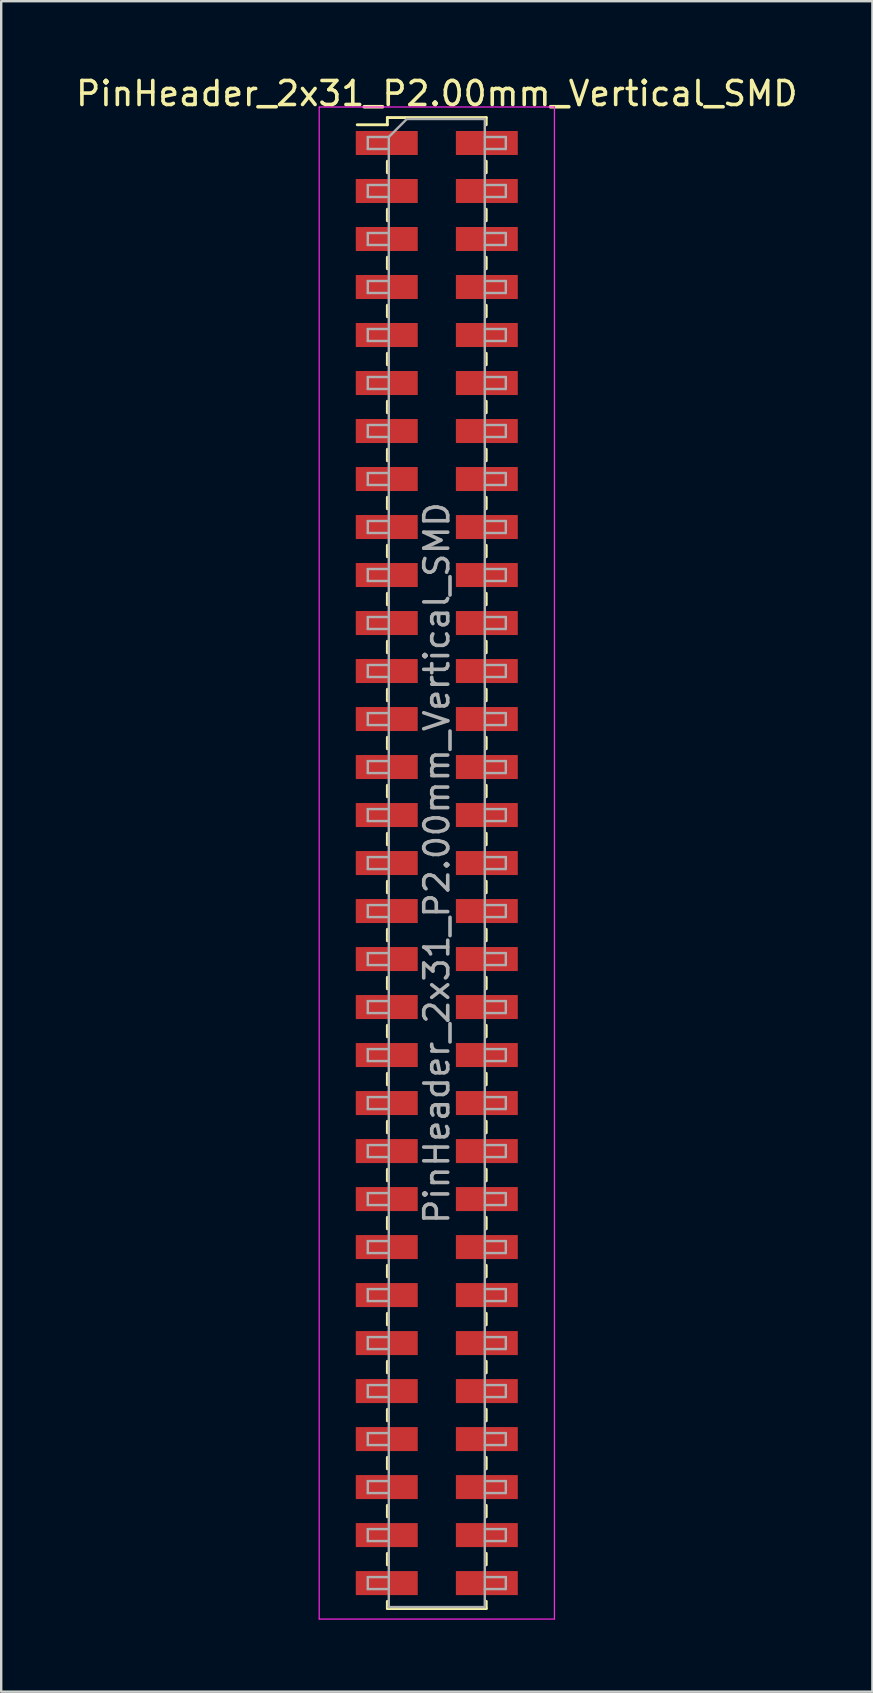
<source format=kicad_pcb>
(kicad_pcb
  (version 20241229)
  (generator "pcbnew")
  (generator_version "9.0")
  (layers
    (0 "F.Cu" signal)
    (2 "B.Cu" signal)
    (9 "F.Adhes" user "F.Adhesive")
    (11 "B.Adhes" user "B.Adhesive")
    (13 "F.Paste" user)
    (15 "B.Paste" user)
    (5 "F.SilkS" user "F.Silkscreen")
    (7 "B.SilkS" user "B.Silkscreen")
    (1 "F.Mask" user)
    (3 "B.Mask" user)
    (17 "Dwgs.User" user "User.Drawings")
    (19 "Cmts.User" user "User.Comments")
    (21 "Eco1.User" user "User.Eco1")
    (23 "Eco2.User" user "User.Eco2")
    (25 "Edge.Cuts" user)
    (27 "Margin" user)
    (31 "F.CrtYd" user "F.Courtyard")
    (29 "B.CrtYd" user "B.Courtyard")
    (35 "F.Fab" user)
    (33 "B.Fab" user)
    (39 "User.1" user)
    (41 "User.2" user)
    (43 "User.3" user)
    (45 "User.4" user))
  (footprint "PinHeader_2x31_P2.00mm_Vertical_SMD"
    (layer "F.Cu")
    (at 15.149 32.908)
    (property "Reference" "PinHeader_2x31_P2.00mm_Vertical_SMD" (at 0 -32.06 0) (layer "F.SilkS") (effects (font (size 1 1) (thickness 0.15))))
    (attr smd)
    (fp_line (start -3.315 -30.76) (end -2.06 -30.76) (stroke (width 0.12) (type solid)) (layer "F.SilkS"))
    (fp_line (start -2.06 -31.06) (end -2.06 -30.76) (stroke (width 0.12) (type solid)) (layer "F.SilkS"))
    (fp_line (start -2.06 -31.06) (end 2.06 -31.06) (stroke (width 0.12) (type solid)) (layer "F.SilkS"))
    (fp_line (start -2.06 -29.24) (end -2.06 -28.76) (stroke (width 0.12) (type solid)) (layer "F.SilkS"))
    (fp_line (start -2.06 -27.24) (end -2.06 -26.76) (stroke (width 0.12) (type solid)) (layer "F.SilkS"))
    (fp_line (start -2.06 -25.24) (end -2.06 -24.76) (stroke (width 0.12) (type solid)) (layer "F.SilkS"))
    (fp_line (start -2.06 -23.24) (end -2.06 -22.76) (stroke (width 0.12) (type solid)) (layer "F.SilkS"))
    (fp_line (start -2.06 -21.24) (end -2.06 -20.76) (stroke (width 0.12) (type solid)) (layer "F.SilkS"))
    (fp_line (start -2.06 -19.24) (end -2.06 -18.76) (stroke (width 0.12) (type solid)) (layer "F.SilkS"))
    (fp_line (start -2.06 -17.24) (end -2.06 -16.76) (stroke (width 0.12) (type solid)) (layer "F.SilkS"))
    (fp_line (start -2.06 -15.24) (end -2.06 -14.76) (stroke (width 0.12) (type solid)) (layer "F.SilkS"))
    (fp_line (start -2.06 -13.24) (end -2.06 -12.76) (stroke (width 0.12) (type solid)) (layer "F.SilkS"))
    (fp_line (start -2.06 -11.24) (end -2.06 -10.76) (stroke (width 0.12) (type solid)) (layer "F.SilkS"))
    (fp_line (start -2.06 -9.24) (end -2.06 -8.76) (stroke (width 0.12) (type solid)) (layer "F.SilkS"))
    (fp_line (start -2.06 -7.24) (end -2.06 -6.76) (stroke (width 0.12) (type solid)) (layer "F.SilkS"))
    (fp_line (start -2.06 -5.24) (end -2.06 -4.76) (stroke (width 0.12) (type solid)) (layer "F.SilkS"))
    (fp_line (start -2.06 -3.24) (end -2.06 -2.76) (stroke (width 0.12) (type solid)) (layer "F.SilkS"))
    (fp_line (start -2.06 -1.24) (end -2.06 -0.76) (stroke (width 0.12) (type solid)) (layer "F.SilkS"))
    (fp_line (start -2.06 0.76) (end -2.06 1.24) (stroke (width 0.12) (type solid)) (layer "F.SilkS"))
    (fp_line (start -2.06 2.76) (end -2.06 3.24) (stroke (width 0.12) (type solid)) (layer "F.SilkS"))
    (fp_line (start -2.06 4.76) (end -2.06 5.24) (stroke (width 0.12) (type solid)) (layer "F.SilkS"))
    (fp_line (start -2.06 6.76) (end -2.06 7.24) (stroke (width 0.12) (type solid)) (layer "F.SilkS"))
    (fp_line (start -2.06 8.76) (end -2.06 9.24) (stroke (width 0.12) (type solid)) (layer "F.SilkS"))
    (fp_line (start -2.06 10.76) (end -2.06 11.24) (stroke (width 0.12) (type solid)) (layer "F.SilkS"))
    (fp_line (start -2.06 12.76) (end -2.06 13.24) (stroke (width 0.12) (type solid)) (layer "F.SilkS"))
    (fp_line (start -2.06 14.76) (end -2.06 15.24) (stroke (width 0.12) (type solid)) (layer "F.SilkS"))
    (fp_line (start -2.06 16.76) (end -2.06 17.24) (stroke (width 0.12) (type solid)) (layer "F.SilkS"))
    (fp_line (start -2.06 18.76) (end -2.06 19.24) (stroke (width 0.12) (type solid)) (layer "F.SilkS"))
    (fp_line (start -2.06 20.76) (end -2.06 21.24) (stroke (width 0.12) (type solid)) (layer "F.SilkS"))
    (fp_line (start -2.06 22.76) (end -2.06 23.24) (stroke (width 0.12) (type solid)) (layer "F.SilkS"))
    (fp_line (start -2.06 24.76) (end -2.06 25.24) (stroke (width 0.12) (type solid)) (layer "F.SilkS"))
    (fp_line (start -2.06 26.76) (end -2.06 27.24) (stroke (width 0.12) (type solid)) (layer "F.SilkS"))
    (fp_line (start -2.06 28.76) (end -2.06 29.24) (stroke (width 0.12) (type solid)) (layer "F.SilkS"))
    (fp_line (start -2.06 30.76) (end -2.06 31.06) (stroke (width 0.12) (type solid)) (layer "F.SilkS"))
    (fp_line (start -2.06 31.06) (end 2.06 31.06) (stroke (width 0.12) (type solid)) (layer "F.SilkS"))
    (fp_line (start 2.06 -31.06) (end 2.06 -30.76) (stroke (width 0.12) (type solid)) (layer "F.SilkS"))
    (fp_line (start 2.06 -29.24) (end 2.06 -28.76) (stroke (width 0.12) (type solid)) (layer "F.SilkS"))
    (fp_line (start 2.06 -27.24) (end 2.06 -26.76) (stroke (width 0.12) (type solid)) (layer "F.SilkS"))
    (fp_line (start 2.06 -25.24) (end 2.06 -24.76) (stroke (width 0.12) (type solid)) (layer "F.SilkS"))
    (fp_line (start 2.06 -23.24) (end 2.06 -22.76) (stroke (width 0.12) (type solid)) (layer "F.SilkS"))
    (fp_line (start 2.06 -21.24) (end 2.06 -20.76) (stroke (width 0.12) (type solid)) (layer "F.SilkS"))
    (fp_line (start 2.06 -19.24) (end 2.06 -18.76) (stroke (width 0.12) (type solid)) (layer "F.SilkS"))
    (fp_line (start 2.06 -17.24) (end 2.06 -16.76) (stroke (width 0.12) (type solid)) (layer "F.SilkS"))
    (fp_line (start 2.06 -15.24) (end 2.06 -14.76) (stroke (width 0.12) (type solid)) (layer "F.SilkS"))
    (fp_line (start 2.06 -13.24) (end 2.06 -12.76) (stroke (width 0.12) (type solid)) (layer "F.SilkS"))
    (fp_line (start 2.06 -11.24) (end 2.06 -10.76) (stroke (width 0.12) (type solid)) (layer "F.SilkS"))
    (fp_line (start 2.06 -9.24) (end 2.06 -8.76) (stroke (width 0.12) (type solid)) (layer "F.SilkS"))
    (fp_line (start 2.06 -7.24) (end 2.06 -6.76) (stroke (width 0.12) (type solid)) (layer "F.SilkS"))
    (fp_line (start 2.06 -5.24) (end 2.06 -4.76) (stroke (width 0.12) (type solid)) (layer "F.SilkS"))
    (fp_line (start 2.06 -3.24) (end 2.06 -2.76) (stroke (width 0.12) (type solid)) (layer "F.SilkS"))
    (fp_line (start 2.06 -1.24) (end 2.06 -0.76) (stroke (width 0.12) (type solid)) (layer "F.SilkS"))
    (fp_line (start 2.06 0.76) (end 2.06 1.24) (stroke (width 0.12) (type solid)) (layer "F.SilkS"))
    (fp_line (start 2.06 2.76) (end 2.06 3.24) (stroke (width 0.12) (type solid)) (layer "F.SilkS"))
    (fp_line (start 2.06 4.76) (end 2.06 5.24) (stroke (width 0.12) (type solid)) (layer "F.SilkS"))
    (fp_line (start 2.06 6.76) (end 2.06 7.24) (stroke (width 0.12) (type solid)) (layer "F.SilkS"))
    (fp_line (start 2.06 8.76) (end 2.06 9.24) (stroke (width 0.12) (type solid)) (layer "F.SilkS"))
    (fp_line (start 2.06 10.76) (end 2.06 11.24) (stroke (width 0.12) (type solid)) (layer "F.SilkS"))
    (fp_line (start 2.06 12.76) (end 2.06 13.24) (stroke (width 0.12) (type solid)) (layer "F.SilkS"))
    (fp_line (start 2.06 14.76) (end 2.06 15.24) (stroke (width 0.12) (type solid)) (layer "F.SilkS"))
    (fp_line (start 2.06 16.76) (end 2.06 17.24) (stroke (width 0.12) (type solid)) (layer "F.SilkS"))
    (fp_line (start 2.06 18.76) (end 2.06 19.24) (stroke (width 0.12) (type solid)) (layer "F.SilkS"))
    (fp_line (start 2.06 20.76) (end 2.06 21.24) (stroke (width 0.12) (type solid)) (layer "F.SilkS"))
    (fp_line (start 2.06 22.76) (end 2.06 23.24) (stroke (width 0.12) (type solid)) (layer "F.SilkS"))
    (fp_line (start 2.06 24.76) (end 2.06 25.24) (stroke (width 0.12) (type solid)) (layer "F.SilkS"))
    (fp_line (start 2.06 26.76) (end 2.06 27.24) (stroke (width 0.12) (type solid)) (layer "F.SilkS"))
    (fp_line (start 2.06 28.76) (end 2.06 29.24) (stroke (width 0.12) (type solid)) (layer "F.SilkS"))
    (fp_line (start 2.06 30.76) (end 2.06 31.06) (stroke (width 0.12) (type solid)) (layer "F.SilkS"))
    (fp_line (start -4.9 -31.5) (end -4.9 31.5) (stroke (width 0.05) (type solid)) (layer "F.CrtYd"))
    (fp_line (start -4.9 31.5) (end 4.9 31.5) (stroke (width 0.05) (type solid)) (layer "F.CrtYd"))
    (fp_line (start 4.9 -31.5) (end -4.9 -31.5) (stroke (width 0.05) (type solid)) (layer "F.CrtYd"))
    (fp_line (start 4.9 31.5) (end 4.9 -31.5) (stroke (width 0.05) (type solid)) (layer "F.CrtYd"))
    (fp_line (start -2.875 -30.25) (end -2.875 -29.75) (stroke (width 0.1) (type solid)) (layer "F.Fab"))
    (fp_line (start -2.875 -29.75) (end -2 -29.75) (stroke (width 0.1) (type solid)) (layer "F.Fab"))
    (fp_line (start -2.875 -28.25) (end -2.875 -27.75) (stroke (width 0.1) (type solid)) (layer "F.Fab"))
    (fp_line (start -2.875 -27.75) (end -2 -27.75) (stroke (width 0.1) (type solid)) (layer "F.Fab"))
    (fp_line (start -2.875 -26.25) (end -2.875 -25.75) (stroke (width 0.1) (type solid)) (layer "F.Fab"))
    (fp_line (start -2.875 -25.75) (end -2 -25.75) (stroke (width 0.1) (type solid)) (layer "F.Fab"))
    (fp_line (start -2.875 -24.25) (end -2.875 -23.75) (stroke (width 0.1) (type solid)) (layer "F.Fab"))
    (fp_line (start -2.875 -23.75) (end -2 -23.75) (stroke (width 0.1) (type solid)) (layer "F.Fab"))
    (fp_line (start -2.875 -22.25) (end -2.875 -21.75) (stroke (width 0.1) (type solid)) (layer "F.Fab"))
    (fp_line (start -2.875 -21.75) (end -2 -21.75) (stroke (width 0.1) (type solid)) (layer "F.Fab"))
    (fp_line (start -2.875 -20.25) (end -2.875 -19.75) (stroke (width 0.1) (type solid)) (layer "F.Fab"))
    (fp_line (start -2.875 -19.75) (end -2 -19.75) (stroke (width 0.1) (type solid)) (layer "F.Fab"))
    (fp_line (start -2.875 -18.25) (end -2.875 -17.75) (stroke (width 0.1) (type solid)) (layer "F.Fab"))
    (fp_line (start -2.875 -17.75) (end -2 -17.75) (stroke (width 0.1) (type solid)) (layer "F.Fab"))
    (fp_line (start -2.875 -16.25) (end -2.875 -15.75) (stroke (width 0.1) (type solid)) (layer "F.Fab"))
    (fp_line (start -2.875 -15.75) (end -2 -15.75) (stroke (width 0.1) (type solid)) (layer "F.Fab"))
    (fp_line (start -2.875 -14.25) (end -2.875 -13.75) (stroke (width 0.1) (type solid)) (layer "F.Fab"))
    (fp_line (start -2.875 -13.75) (end -2 -13.75) (stroke (width 0.1) (type solid)) (layer "F.Fab"))
    (fp_line (start -2.875 -12.25) (end -2.875 -11.75) (stroke (width 0.1) (type solid)) (layer "F.Fab"))
    (fp_line (start -2.875 -11.75) (end -2 -11.75) (stroke (width 0.1) (type solid)) (layer "F.Fab"))
    (fp_line (start -2.875 -10.25) (end -2.875 -9.75) (stroke (width 0.1) (type solid)) (layer "F.Fab"))
    (fp_line (start -2.875 -9.75) (end -2 -9.75) (stroke (width 0.1) (type solid)) (layer "F.Fab"))
    (fp_line (start -2.875 -8.25) (end -2.875 -7.75) (stroke (width 0.1) (type solid)) (layer "F.Fab"))
    (fp_line (start -2.875 -7.75) (end -2 -7.75) (stroke (width 0.1) (type solid)) (layer "F.Fab"))
    (fp_line (start -2.875 -6.25) (end -2.875 -5.75) (stroke (width 0.1) (type solid)) (layer "F.Fab"))
    (fp_line (start -2.875 -5.75) (end -2 -5.75) (stroke (width 0.1) (type solid)) (layer "F.Fab"))
    (fp_line (start -2.875 -4.25) (end -2.875 -3.75) (stroke (width 0.1) (type solid)) (layer "F.Fab"))
    (fp_line (start -2.875 -3.75) (end -2 -3.75) (stroke (width 0.1) (type solid)) (layer "F.Fab"))
    (fp_line (start -2.875 -2.25) (end -2.875 -1.75) (stroke (width 0.1) (type solid)) (layer "F.Fab"))
    (fp_line (start -2.875 -1.75) (end -2 -1.75) (stroke (width 0.1) (type solid)) (layer "F.Fab"))
    (fp_line (start -2.875 -0.25) (end -2.875 0.25) (stroke (width 0.1) (type solid)) (layer "F.Fab"))
    (fp_line (start -2.875 0.25) (end -2 0.25) (stroke (width 0.1) (type solid)) (layer "F.Fab"))
    (fp_line (start -2.875 1.75) (end -2.875 2.25) (stroke (width 0.1) (type solid)) (layer "F.Fab"))
    (fp_line (start -2.875 2.25) (end -2 2.25) (stroke (width 0.1) (type solid)) (layer "F.Fab"))
    (fp_line (start -2.875 3.75) (end -2.875 4.25) (stroke (width 0.1) (type solid)) (layer "F.Fab"))
    (fp_line (start -2.875 4.25) (end -2 4.25) (stroke (width 0.1) (type solid)) (layer "F.Fab"))
    (fp_line (start -2.875 5.75) (end -2.875 6.25) (stroke (width 0.1) (type solid)) (layer "F.Fab"))
    (fp_line (start -2.875 6.25) (end -2 6.25) (stroke (width 0.1) (type solid)) (layer "F.Fab"))
    (fp_line (start -2.875 7.75) (end -2.875 8.25) (stroke (width 0.1) (type solid)) (layer "F.Fab"))
    (fp_line (start -2.875 8.25) (end -2 8.25) (stroke (width 0.1) (type solid)) (layer "F.Fab"))
    (fp_line (start -2.875 9.75) (end -2.875 10.25) (stroke (width 0.1) (type solid)) (layer "F.Fab"))
    (fp_line (start -2.875 10.25) (end -2 10.25) (stroke (width 0.1) (type solid)) (layer "F.Fab"))
    (fp_line (start -2.875 11.75) (end -2.875 12.25) (stroke (width 0.1) (type solid)) (layer "F.Fab"))
    (fp_line (start -2.875 12.25) (end -2 12.25) (stroke (width 0.1) (type solid)) (layer "F.Fab"))
    (fp_line (start -2.875 13.75) (end -2.875 14.25) (stroke (width 0.1) (type solid)) (layer "F.Fab"))
    (fp_line (start -2.875 14.25) (end -2 14.25) (stroke (width 0.1) (type solid)) (layer "F.Fab"))
    (fp_line (start -2.875 15.75) (end -2.875 16.25) (stroke (width 0.1) (type solid)) (layer "F.Fab"))
    (fp_line (start -2.875 16.25) (end -2 16.25) (stroke (width 0.1) (type solid)) (layer "F.Fab"))
    (fp_line (start -2.875 17.75) (end -2.875 18.25) (stroke (width 0.1) (type solid)) (layer "F.Fab"))
    (fp_line (start -2.875 18.25) (end -2 18.25) (stroke (width 0.1) (type solid)) (layer "F.Fab"))
    (fp_line (start -2.875 19.75) (end -2.875 20.25) (stroke (width 0.1) (type solid)) (layer "F.Fab"))
    (fp_line (start -2.875 20.25) (end -2 20.25) (stroke (width 0.1) (type solid)) (layer "F.Fab"))
    (fp_line (start -2.875 21.75) (end -2.875 22.25) (stroke (width 0.1) (type solid)) (layer "F.Fab"))
    (fp_line (start -2.875 22.25) (end -2 22.25) (stroke (width 0.1) (type solid)) (layer "F.Fab"))
    (fp_line (start -2.875 23.75) (end -2.875 24.25) (stroke (width 0.1) (type solid)) (layer "F.Fab"))
    (fp_line (start -2.875 24.25) (end -2 24.25) (stroke (width 0.1) (type solid)) (layer "F.Fab"))
    (fp_line (start -2.875 25.75) (end -2.875 26.25) (stroke (width 0.1) (type solid)) (layer "F.Fab"))
    (fp_line (start -2.875 26.25) (end -2 26.25) (stroke (width 0.1) (type solid)) (layer "F.Fab"))
    (fp_line (start -2.875 27.75) (end -2.875 28.25) (stroke (width 0.1) (type solid)) (layer "F.Fab"))
    (fp_line (start -2.875 28.25) (end -2 28.25) (stroke (width 0.1) (type solid)) (layer "F.Fab"))
    (fp_line (start -2.875 29.75) (end -2.875 30.25) (stroke (width 0.1) (type solid)) (layer "F.Fab"))
    (fp_line (start -2.875 30.25) (end -2 30.25) (stroke (width 0.1) (type solid)) (layer "F.Fab"))
    (fp_line (start -2 -30.25) (end -2.875 -30.25) (stroke (width 0.1) (type solid)) (layer "F.Fab"))
    (fp_line (start -2 -30.25) (end -1.25 -31) (stroke (width 0.1) (type solid)) (layer "F.Fab"))
    (fp_line (start -2 -28.25) (end -2.875 -28.25) (stroke (width 0.1) (type solid)) (layer "F.Fab"))
    (fp_line (start -2 -26.25) (end -2.875 -26.25) (stroke (width 0.1) (type solid)) (layer "F.Fab"))
    (fp_line (start -2 -24.25) (end -2.875 -24.25) (stroke (width 0.1) (type solid)) (layer "F.Fab"))
    (fp_line (start -2 -22.25) (end -2.875 -22.25) (stroke (width 0.1) (type solid)) (layer "F.Fab"))
    (fp_line (start -2 -20.25) (end -2.875 -20.25) (stroke (width 0.1) (type solid)) (layer "F.Fab"))
    (fp_line (start -2 -18.25) (end -2.875 -18.25) (stroke (width 0.1) (type solid)) (layer "F.Fab"))
    (fp_line (start -2 -16.25) (end -2.875 -16.25) (stroke (width 0.1) (type solid)) (layer "F.Fab"))
    (fp_line (start -2 -14.25) (end -2.875 -14.25) (stroke (width 0.1) (type solid)) (layer "F.Fab"))
    (fp_line (start -2 -12.25) (end -2.875 -12.25) (stroke (width 0.1) (type solid)) (layer "F.Fab"))
    (fp_line (start -2 -10.25) (end -2.875 -10.25) (stroke (width 0.1) (type solid)) (layer "F.Fab"))
    (fp_line (start -2 -8.25) (end -2.875 -8.25) (stroke (width 0.1) (type solid)) (layer "F.Fab"))
    (fp_line (start -2 -6.25) (end -2.875 -6.25) (stroke (width 0.1) (type solid)) (layer "F.Fab"))
    (fp_line (start -2 -4.25) (end -2.875 -4.25) (stroke (width 0.1) (type solid)) (layer "F.Fab"))
    (fp_line (start -2 -2.25) (end -2.875 -2.25) (stroke (width 0.1) (type solid)) (layer "F.Fab"))
    (fp_line (start -2 -0.25) (end -2.875 -0.25) (stroke (width 0.1) (type solid)) (layer "F.Fab"))
    (fp_line (start -2 1.75) (end -2.875 1.75) (stroke (width 0.1) (type solid)) (layer "F.Fab"))
    (fp_line (start -2 3.75) (end -2.875 3.75) (stroke (width 0.1) (type solid)) (layer "F.Fab"))
    (fp_line (start -2 5.75) (end -2.875 5.75) (stroke (width 0.1) (type solid)) (layer "F.Fab"))
    (fp_line (start -2 7.75) (end -2.875 7.75) (stroke (width 0.1) (type solid)) (layer "F.Fab"))
    (fp_line (start -2 9.75) (end -2.875 9.75) (stroke (width 0.1) (type solid)) (layer "F.Fab"))
    (fp_line (start -2 11.75) (end -2.875 11.75) (stroke (width 0.1) (type solid)) (layer "F.Fab"))
    (fp_line (start -2 13.75) (end -2.875 13.75) (stroke (width 0.1) (type solid)) (layer "F.Fab"))
    (fp_line (start -2 15.75) (end -2.875 15.75) (stroke (width 0.1) (type solid)) (layer "F.Fab"))
    (fp_line (start -2 17.75) (end -2.875 17.75) (stroke (width 0.1) (type solid)) (layer "F.Fab"))
    (fp_line (start -2 19.75) (end -2.875 19.75) (stroke (width 0.1) (type solid)) (layer "F.Fab"))
    (fp_line (start -2 21.75) (end -2.875 21.75) (stroke (width 0.1) (type solid)) (layer "F.Fab"))
    (fp_line (start -2 23.75) (end -2.875 23.75) (stroke (width 0.1) (type solid)) (layer "F.Fab"))
    (fp_line (start -2 25.75) (end -2.875 25.75) (stroke (width 0.1) (type solid)) (layer "F.Fab"))
    (fp_line (start -2 27.75) (end -2.875 27.75) (stroke (width 0.1) (type solid)) (layer "F.Fab"))
    (fp_line (start -2 29.75) (end -2.875 29.75) (stroke (width 0.1) (type solid)) (layer "F.Fab"))
    (fp_line (start -2 31) (end -2 -30.25) (stroke (width 0.1) (type solid)) (layer "F.Fab"))
    (fp_line (start -1.25 -31) (end 2 -31) (stroke (width 0.1) (type solid)) (layer "F.Fab"))
    (fp_line (start 2 -31) (end 2 31) (stroke (width 0.1) (type solid)) (layer "F.Fab"))
    (fp_line (start 2 -30.25) (end 2.875 -30.25) (stroke (width 0.1) (type solid)) (layer "F.Fab"))
    (fp_line (start 2 -28.25) (end 2.875 -28.25) (stroke (width 0.1) (type solid)) (layer "F.Fab"))
    (fp_line (start 2 -26.25) (end 2.875 -26.25) (stroke (width 0.1) (type solid)) (layer "F.Fab"))
    (fp_line (start 2 -24.25) (end 2.875 -24.25) (stroke (width 0.1) (type solid)) (layer "F.Fab"))
    (fp_line (start 2 -22.25) (end 2.875 -22.25) (stroke (width 0.1) (type solid)) (layer "F.Fab"))
    (fp_line (start 2 -20.25) (end 2.875 -20.25) (stroke (width 0.1) (type solid)) (layer "F.Fab"))
    (fp_line (start 2 -18.25) (end 2.875 -18.25) (stroke (width 0.1) (type solid)) (layer "F.Fab"))
    (fp_line (start 2 -16.25) (end 2.875 -16.25) (stroke (width 0.1) (type solid)) (layer "F.Fab"))
    (fp_line (start 2 -14.25) (end 2.875 -14.25) (stroke (width 0.1) (type solid)) (layer "F.Fab"))
    (fp_line (start 2 -12.25) (end 2.875 -12.25) (stroke (width 0.1) (type solid)) (layer "F.Fab"))
    (fp_line (start 2 -10.25) (end 2.875 -10.25) (stroke (width 0.1) (type solid)) (layer "F.Fab"))
    (fp_line (start 2 -8.25) (end 2.875 -8.25) (stroke (width 0.1) (type solid)) (layer "F.Fab"))
    (fp_line (start 2 -6.25) (end 2.875 -6.25) (stroke (width 0.1) (type solid)) (layer "F.Fab"))
    (fp_line (start 2 -4.25) (end 2.875 -4.25) (stroke (width 0.1) (type solid)) (layer "F.Fab"))
    (fp_line (start 2 -2.25) (end 2.875 -2.25) (stroke (width 0.1) (type solid)) (layer "F.Fab"))
    (fp_line (start 2 -0.25) (end 2.875 -0.25) (stroke (width 0.1) (type solid)) (layer "F.Fab"))
    (fp_line (start 2 1.75) (end 2.875 1.75) (stroke (width 0.1) (type solid)) (layer "F.Fab"))
    (fp_line (start 2 3.75) (end 2.875 3.75) (stroke (width 0.1) (type solid)) (layer "F.Fab"))
    (fp_line (start 2 5.75) (end 2.875 5.75) (stroke (width 0.1) (type solid)) (layer "F.Fab"))
    (fp_line (start 2 7.75) (end 2.875 7.75) (stroke (width 0.1) (type solid)) (layer "F.Fab"))
    (fp_line (start 2 9.75) (end 2.875 9.75) (stroke (width 0.1) (type solid)) (layer "F.Fab"))
    (fp_line (start 2 11.75) (end 2.875 11.75) (stroke (width 0.1) (type solid)) (layer "F.Fab"))
    (fp_line (start 2 13.75) (end 2.875 13.75) (stroke (width 0.1) (type solid)) (layer "F.Fab"))
    (fp_line (start 2 15.75) (end 2.875 15.75) (stroke (width 0.1) (type solid)) (layer "F.Fab"))
    (fp_line (start 2 17.75) (end 2.875 17.75) (stroke (width 0.1) (type solid)) (layer "F.Fab"))
    (fp_line (start 2 19.75) (end 2.875 19.75) (stroke (width 0.1) (type solid)) (layer "F.Fab"))
    (fp_line (start 2 21.75) (end 2.875 21.75) (stroke (width 0.1) (type solid)) (layer "F.Fab"))
    (fp_line (start 2 23.75) (end 2.875 23.75) (stroke (width 0.1) (type solid)) (layer "F.Fab"))
    (fp_line (start 2 25.75) (end 2.875 25.75) (stroke (width 0.1) (type solid)) (layer "F.Fab"))
    (fp_line (start 2 27.75) (end 2.875 27.75) (stroke (width 0.1) (type solid)) (layer "F.Fab"))
    (fp_line (start 2 29.75) (end 2.875 29.75) (stroke (width 0.1) (type solid)) (layer "F.Fab"))
    (fp_line (start 2 31) (end -2 31) (stroke (width 0.1) (type solid)) (layer "F.Fab"))
    (fp_line (start 2.875 -30.25) (end 2.875 -29.75) (stroke (width 0.1) (type solid)) (layer "F.Fab"))
    (fp_line (start 2.875 -29.75) (end 2 -29.75) (stroke (width 0.1) (type solid)) (layer "F.Fab"))
    (fp_line (start 2.875 -28.25) (end 2.875 -27.75) (stroke (width 0.1) (type solid)) (layer "F.Fab"))
    (fp_line (start 2.875 -27.75) (end 2 -27.75) (stroke (width 0.1) (type solid)) (layer "F.Fab"))
    (fp_line (start 2.875 -26.25) (end 2.875 -25.75) (stroke (width 0.1) (type solid)) (layer "F.Fab"))
    (fp_line (start 2.875 -25.75) (end 2 -25.75) (stroke (width 0.1) (type solid)) (layer "F.Fab"))
    (fp_line (start 2.875 -24.25) (end 2.875 -23.75) (stroke (width 0.1) (type solid)) (layer "F.Fab"))
    (fp_line (start 2.875 -23.75) (end 2 -23.75) (stroke (width 0.1) (type solid)) (layer "F.Fab"))
    (fp_line (start 2.875 -22.25) (end 2.875 -21.75) (stroke (width 0.1) (type solid)) (layer "F.Fab"))
    (fp_line (start 2.875 -21.75) (end 2 -21.75) (stroke (width 0.1) (type solid)) (layer "F.Fab"))
    (fp_line (start 2.875 -20.25) (end 2.875 -19.75) (stroke (width 0.1) (type solid)) (layer "F.Fab"))
    (fp_line (start 2.875 -19.75) (end 2 -19.75) (stroke (width 0.1) (type solid)) (layer "F.Fab"))
    (fp_line (start 2.875 -18.25) (end 2.875 -17.75) (stroke (width 0.1) (type solid)) (layer "F.Fab"))
    (fp_line (start 2.875 -17.75) (end 2 -17.75) (stroke (width 0.1) (type solid)) (layer "F.Fab"))
    (fp_line (start 2.875 -16.25) (end 2.875 -15.75) (stroke (width 0.1) (type solid)) (layer "F.Fab"))
    (fp_line (start 2.875 -15.75) (end 2 -15.75) (stroke (width 0.1) (type solid)) (layer "F.Fab"))
    (fp_line (start 2.875 -14.25) (end 2.875 -13.75) (stroke (width 0.1) (type solid)) (layer "F.Fab"))
    (fp_line (start 2.875 -13.75) (end 2 -13.75) (stroke (width 0.1) (type solid)) (layer "F.Fab"))
    (fp_line (start 2.875 -12.25) (end 2.875 -11.75) (stroke (width 0.1) (type solid)) (layer "F.Fab"))
    (fp_line (start 2.875 -11.75) (end 2 -11.75) (stroke (width 0.1) (type solid)) (layer "F.Fab"))
    (fp_line (start 2.875 -10.25) (end 2.875 -9.75) (stroke (width 0.1) (type solid)) (layer "F.Fab"))
    (fp_line (start 2.875 -9.75) (end 2 -9.75) (stroke (width 0.1) (type solid)) (layer "F.Fab"))
    (fp_line (start 2.875 -8.25) (end 2.875 -7.75) (stroke (width 0.1) (type solid)) (layer "F.Fab"))
    (fp_line (start 2.875 -7.75) (end 2 -7.75) (stroke (width 0.1) (type solid)) (layer "F.Fab"))
    (fp_line (start 2.875 -6.25) (end 2.875 -5.75) (stroke (width 0.1) (type solid)) (layer "F.Fab"))
    (fp_line (start 2.875 -5.75) (end 2 -5.75) (stroke (width 0.1) (type solid)) (layer "F.Fab"))
    (fp_line (start 2.875 -4.25) (end 2.875 -3.75) (stroke (width 0.1) (type solid)) (layer "F.Fab"))
    (fp_line (start 2.875 -3.75) (end 2 -3.75) (stroke (width 0.1) (type solid)) (layer "F.Fab"))
    (fp_line (start 2.875 -2.25) (end 2.875 -1.75) (stroke (width 0.1) (type solid)) (layer "F.Fab"))
    (fp_line (start 2.875 -1.75) (end 2 -1.75) (stroke (width 0.1) (type solid)) (layer "F.Fab"))
    (fp_line (start 2.875 -0.25) (end 2.875 0.25) (stroke (width 0.1) (type solid)) (layer "F.Fab"))
    (fp_line (start 2.875 0.25) (end 2 0.25) (stroke (width 0.1) (type solid)) (layer "F.Fab"))
    (fp_line (start 2.875 1.75) (end 2.875 2.25) (stroke (width 0.1) (type solid)) (layer "F.Fab"))
    (fp_line (start 2.875 2.25) (end 2 2.25) (stroke (width 0.1) (type solid)) (layer "F.Fab"))
    (fp_line (start 2.875 3.75) (end 2.875 4.25) (stroke (width 0.1) (type solid)) (layer "F.Fab"))
    (fp_line (start 2.875 4.25) (end 2 4.25) (stroke (width 0.1) (type solid)) (layer "F.Fab"))
    (fp_line (start 2.875 5.75) (end 2.875 6.25) (stroke (width 0.1) (type solid)) (layer "F.Fab"))
    (fp_line (start 2.875 6.25) (end 2 6.25) (stroke (width 0.1) (type solid)) (layer "F.Fab"))
    (fp_line (start 2.875 7.75) (end 2.875 8.25) (stroke (width 0.1) (type solid)) (layer "F.Fab"))
    (fp_line (start 2.875 8.25) (end 2 8.25) (stroke (width 0.1) (type solid)) (layer "F.Fab"))
    (fp_line (start 2.875 9.75) (end 2.875 10.25) (stroke (width 0.1) (type solid)) (layer "F.Fab"))
    (fp_line (start 2.875 10.25) (end 2 10.25) (stroke (width 0.1) (type solid)) (layer "F.Fab"))
    (fp_line (start 2.875 11.75) (end 2.875 12.25) (stroke (width 0.1) (type solid)) (layer "F.Fab"))
    (fp_line (start 2.875 12.25) (end 2 12.25) (stroke (width 0.1) (type solid)) (layer "F.Fab"))
    (fp_line (start 2.875 13.75) (end 2.875 14.25) (stroke (width 0.1) (type solid)) (layer "F.Fab"))
    (fp_line (start 2.875 14.25) (end 2 14.25) (stroke (width 0.1) (type solid)) (layer "F.Fab"))
    (fp_line (start 2.875 15.75) (end 2.875 16.25) (stroke (width 0.1) (type solid)) (layer "F.Fab"))
    (fp_line (start 2.875 16.25) (end 2 16.25) (stroke (width 0.1) (type solid)) (layer "F.Fab"))
    (fp_line (start 2.875 17.75) (end 2.875 18.25) (stroke (width 0.1) (type solid)) (layer "F.Fab"))
    (fp_line (start 2.875 18.25) (end 2 18.25) (stroke (width 0.1) (type solid)) (layer "F.Fab"))
    (fp_line (start 2.875 19.75) (end 2.875 20.25) (stroke (width 0.1) (type solid)) (layer "F.Fab"))
    (fp_line (start 2.875 20.25) (end 2 20.25) (stroke (width 0.1) (type solid)) (layer "F.Fab"))
    (fp_line (start 2.875 21.75) (end 2.875 22.25) (stroke (width 0.1) (type solid)) (layer "F.Fab"))
    (fp_line (start 2.875 22.25) (end 2 22.25) (stroke (width 0.1) (type solid)) (layer "F.Fab"))
    (fp_line (start 2.875 23.75) (end 2.875 24.25) (stroke (width 0.1) (type solid)) (layer "F.Fab"))
    (fp_line (start 2.875 24.25) (end 2 24.25) (stroke (width 0.1) (type solid)) (layer "F.Fab"))
    (fp_line (start 2.875 25.75) (end 2.875 26.25) (stroke (width 0.1) (type solid)) (layer "F.Fab"))
    (fp_line (start 2.875 26.25) (end 2 26.25) (stroke (width 0.1) (type solid)) (layer "F.Fab"))
    (fp_line (start 2.875 27.75) (end 2.875 28.25) (stroke (width 0.1) (type solid)) (layer "F.Fab"))
    (fp_line (start 2.875 28.25) (end 2 28.25) (stroke (width 0.1) (type solid)) (layer "F.Fab"))
    (fp_line (start 2.875 29.75) (end 2.875 30.25) (stroke (width 0.1) (type solid)) (layer "F.Fab"))
    (fp_line (start 2.875 30.25) (end 2 30.25) (stroke (width 0.1) (type solid)) (layer "F.Fab"))
    (fp_text user "${REFERENCE}" (at 0 0 90) (layer "F.Fab") (effects (font (size 1 1) (thickness 0.15))))
    (pad "1" smd rect (at -2.085 -30) (size 2.58 1) (layers "F.Cu" "F.Mask" "F.Paste"))
    (pad "2" smd rect (at 2.085 -30) (size 2.58 1) (layers "F.Cu" "F.Mask" "F.Paste"))
    (pad "3" smd rect (at -2.085 -28) (size 2.58 1) (layers "F.Cu" "F.Mask" "F.Paste"))
    (pad "4" smd rect (at 2.085 -28) (size 2.58 1) (layers "F.Cu" "F.Mask" "F.Paste"))
    (pad "5" smd rect (at -2.085 -26) (size 2.58 1) (layers "F.Cu" "F.Mask" "F.Paste"))
    (pad "6" smd rect (at 2.085 -26) (size 2.58 1) (layers "F.Cu" "F.Mask" "F.Paste"))
    (pad "7" smd rect (at -2.085 -24) (size 2.58 1) (layers "F.Cu" "F.Mask" "F.Paste"))
    (pad "8" smd rect (at 2.085 -24) (size 2.58 1) (layers "F.Cu" "F.Mask" "F.Paste"))
    (pad "9" smd rect (at -2.085 -22) (size 2.58 1) (layers "F.Cu" "F.Mask" "F.Paste"))
    (pad "10" smd rect (at 2.085 -22) (size 2.58 1) (layers "F.Cu" "F.Mask" "F.Paste"))
    (pad "11" smd rect (at -2.085 -20) (size 2.58 1) (layers "F.Cu" "F.Mask" "F.Paste"))
    (pad "12" smd rect (at 2.085 -20) (size 2.58 1) (layers "F.Cu" "F.Mask" "F.Paste"))
    (pad "13" smd rect (at -2.085 -18) (size 2.58 1) (layers "F.Cu" "F.Mask" "F.Paste"))
    (pad "14" smd rect (at 2.085 -18) (size 2.58 1) (layers "F.Cu" "F.Mask" "F.Paste"))
    (pad "15" smd rect (at -2.085 -16) (size 2.58 1) (layers "F.Cu" "F.Mask" "F.Paste"))
    (pad "16" smd rect (at 2.085 -16) (size 2.58 1) (layers "F.Cu" "F.Mask" "F.Paste"))
    (pad "17" smd rect (at -2.085 -14) (size 2.58 1) (layers "F.Cu" "F.Mask" "F.Paste"))
    (pad "18" smd rect (at 2.085 -14) (size 2.58 1) (layers "F.Cu" "F.Mask" "F.Paste"))
    (pad "19" smd rect (at -2.085 -12) (size 2.58 1) (layers "F.Cu" "F.Mask" "F.Paste"))
    (pad "20" smd rect (at 2.085 -12) (size 2.58 1) (layers "F.Cu" "F.Mask" "F.Paste"))
    (pad "21" smd rect (at -2.085 -10) (size 2.58 1) (layers "F.Cu" "F.Mask" "F.Paste"))
    (pad "22" smd rect (at 2.085 -10) (size 2.58 1) (layers "F.Cu" "F.Mask" "F.Paste"))
    (pad "23" smd rect (at -2.085 -8) (size 2.58 1) (layers "F.Cu" "F.Mask" "F.Paste"))
    (pad "24" smd rect (at 2.085 -8) (size 2.58 1) (layers "F.Cu" "F.Mask" "F.Paste"))
    (pad "25" smd rect (at -2.085 -6) (size 2.58 1) (layers "F.Cu" "F.Mask" "F.Paste"))
    (pad "26" smd rect (at 2.085 -6) (size 2.58 1) (layers "F.Cu" "F.Mask" "F.Paste"))
    (pad "27" smd rect (at -2.085 -4) (size 2.58 1) (layers "F.Cu" "F.Mask" "F.Paste"))
    (pad "28" smd rect (at 2.085 -4) (size 2.58 1) (layers "F.Cu" "F.Mask" "F.Paste"))
    (pad "29" smd rect (at -2.085 -2) (size 2.58 1) (layers "F.Cu" "F.Mask" "F.Paste"))
    (pad "30" smd rect (at 2.085 -2) (size 2.58 1) (layers "F.Cu" "F.Mask" "F.Paste"))
    (pad "31" smd rect (at -2.085 0) (size 2.58 1) (layers "F.Cu" "F.Mask" "F.Paste"))
    (pad "32" smd rect (at 2.085 0) (size 2.58 1) (layers "F.Cu" "F.Mask" "F.Paste"))
    (pad "33" smd rect (at -2.085 2) (size 2.58 1) (layers "F.Cu" "F.Mask" "F.Paste"))
    (pad "34" smd rect (at 2.085 2) (size 2.58 1) (layers "F.Cu" "F.Mask" "F.Paste"))
    (pad "35" smd rect (at -2.085 4) (size 2.58 1) (layers "F.Cu" "F.Mask" "F.Paste"))
    (pad "36" smd rect (at 2.085 4) (size 2.58 1) (layers "F.Cu" "F.Mask" "F.Paste"))
    (pad "37" smd rect (at -2.085 6) (size 2.58 1) (layers "F.Cu" "F.Mask" "F.Paste"))
    (pad "38" smd rect (at 2.085 6) (size 2.58 1) (layers "F.Cu" "F.Mask" "F.Paste"))
    (pad "39" smd rect (at -2.085 8) (size 2.58 1) (layers "F.Cu" "F.Mask" "F.Paste"))
    (pad "40" smd rect (at 2.085 8) (size 2.58 1) (layers "F.Cu" "F.Mask" "F.Paste"))
    (pad "41" smd rect (at -2.085 10) (size 2.58 1) (layers "F.Cu" "F.Mask" "F.Paste"))
    (pad "42" smd rect (at 2.085 10) (size 2.58 1) (layers "F.Cu" "F.Mask" "F.Paste"))
    (pad "43" smd rect (at -2.085 12) (size 2.58 1) (layers "F.Cu" "F.Mask" "F.Paste"))
    (pad "44" smd rect (at 2.085 12) (size 2.58 1) (layers "F.Cu" "F.Mask" "F.Paste"))
    (pad "45" smd rect (at -2.085 14) (size 2.58 1) (layers "F.Cu" "F.Mask" "F.Paste"))
    (pad "46" smd rect (at 2.085 14) (size 2.58 1) (layers "F.Cu" "F.Mask" "F.Paste"))
    (pad "47" smd rect (at -2.085 16) (size 2.58 1) (layers "F.Cu" "F.Mask" "F.Paste"))
    (pad "48" smd rect (at 2.085 16) (size 2.58 1) (layers "F.Cu" "F.Mask" "F.Paste"))
    (pad "49" smd rect (at -2.085 18) (size 2.58 1) (layers "F.Cu" "F.Mask" "F.Paste"))
    (pad "50" smd rect (at 2.085 18) (size 2.58 1) (layers "F.Cu" "F.Mask" "F.Paste"))
    (pad "51" smd rect (at -2.085 20) (size 2.58 1) (layers "F.Cu" "F.Mask" "F.Paste"))
    (pad "52" smd rect (at 2.085 20) (size 2.58 1) (layers "F.Cu" "F.Mask" "F.Paste"))
    (pad "53" smd rect (at -2.085 22) (size 2.58 1) (layers "F.Cu" "F.Mask" "F.Paste"))
    (pad "54" smd rect (at 2.085 22) (size 2.58 1) (layers "F.Cu" "F.Mask" "F.Paste"))
    (pad "55" smd rect (at -2.085 24) (size 2.58 1) (layers "F.Cu" "F.Mask" "F.Paste"))
    (pad "56" smd rect (at 2.085 24) (size 2.58 1) (layers "F.Cu" "F.Mask" "F.Paste"))
    (pad "57" smd rect (at -2.085 26) (size 2.58 1) (layers "F.Cu" "F.Mask" "F.Paste"))
    (pad "58" smd rect (at 2.085 26) (size 2.58 1) (layers "F.Cu" "F.Mask" "F.Paste"))
    (pad "59" smd rect (at -2.085 28) (size 2.58 1) (layers "F.Cu" "F.Mask" "F.Paste"))
    (pad "60" smd rect (at 2.085 28) (size 2.58 1) (layers "F.Cu" "F.Mask" "F.Paste"))
    (pad "61" smd rect (at -2.085 30) (size 2.58 1) (layers "F.Cu" "F.Mask" "F.Paste"))
    (pad "62" smd rect (at 2.085 30) (size 2.58 1) (layers "F.Cu" "F.Mask" "F.Paste")))
  (gr_rect
    (start -3 -3)
    (end 33.298 67.433)
    (stroke (width 0.1) (type default))
    (fill no)
    (layer "Edge.Cuts")))
</source>
